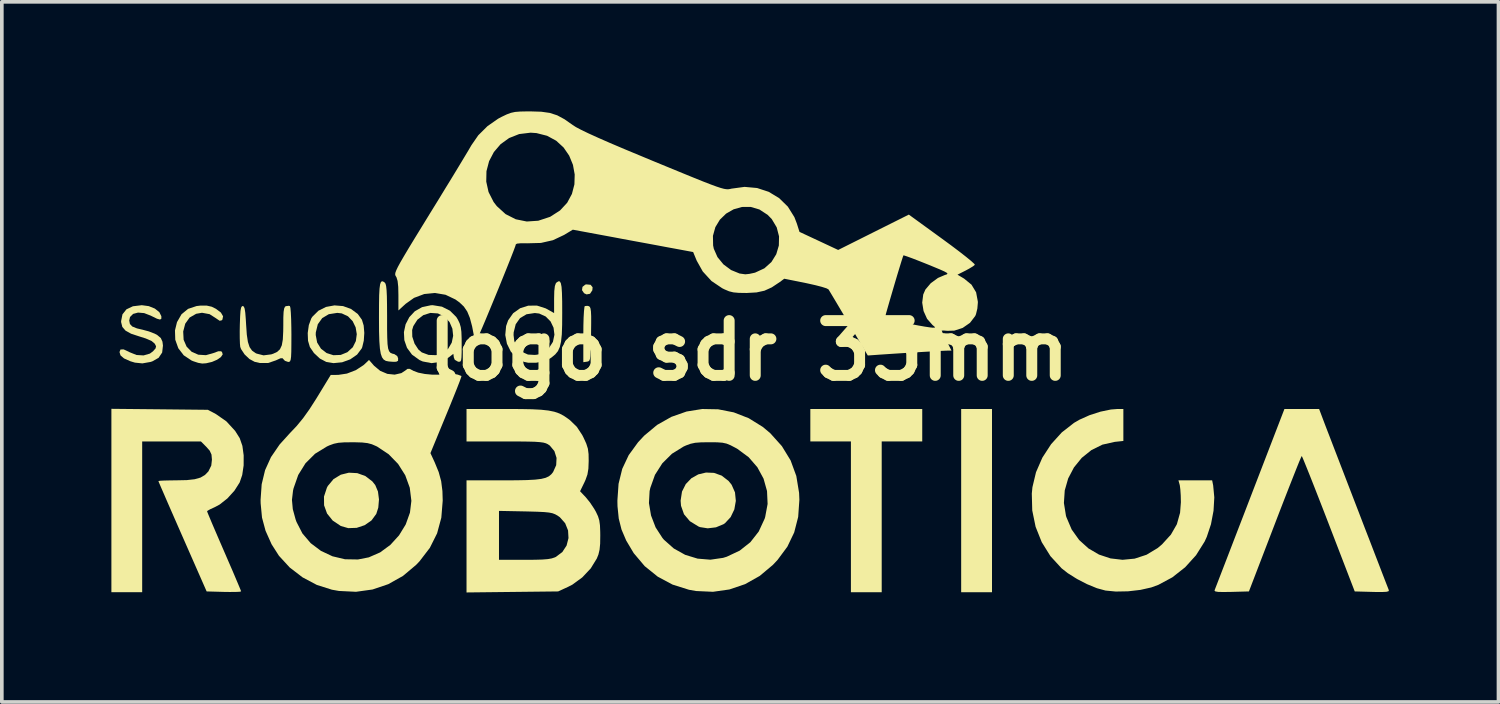
<source format=kicad_pcb>
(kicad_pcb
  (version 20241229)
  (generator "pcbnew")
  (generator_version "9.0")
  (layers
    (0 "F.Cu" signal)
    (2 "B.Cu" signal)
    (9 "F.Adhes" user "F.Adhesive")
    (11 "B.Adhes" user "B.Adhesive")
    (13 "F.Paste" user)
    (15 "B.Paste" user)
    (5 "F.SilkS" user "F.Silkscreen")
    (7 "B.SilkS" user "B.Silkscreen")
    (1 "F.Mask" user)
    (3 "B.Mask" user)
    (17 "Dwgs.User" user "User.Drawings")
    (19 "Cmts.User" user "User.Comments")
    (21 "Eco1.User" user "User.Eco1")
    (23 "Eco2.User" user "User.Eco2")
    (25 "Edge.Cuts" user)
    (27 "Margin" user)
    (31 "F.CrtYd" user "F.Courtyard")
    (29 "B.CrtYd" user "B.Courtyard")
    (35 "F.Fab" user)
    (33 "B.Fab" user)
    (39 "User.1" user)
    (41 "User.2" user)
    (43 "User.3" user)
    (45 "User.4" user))
  (footprint "logo sdr 35mm"
    (layer "F.Cu")
    (at 17.451 6.55)
    (property "Reference" "logo sdr 35mm" (at 0 0 0) (layer "F.SilkS") (effects (font (size 1.5 1.5) (thickness 0.3))))
    (attr board_only exclude_from_pos_files exclude_from_bom)
    (fp_poly (pts (xy 6.661 4.108) (xy 6.661 6.616) (xy 6.239 6.616) (xy 5.817 6.616) (xy 5.817 4.108) (xy 5.817 1.599) (xy 6.239 1.599) (xy 6.661 1.599)) (stroke (width 0) (type solid)) (fill yes) (layer "F.SilkS"))
    (fp_poly (pts (xy -4.33 -1.802) (xy -4.275 -1.735) (xy -4.282 -1.652) (xy -4.346 -1.556) (xy -4.44 -1.539) (xy -4.508 -1.571) (xy -4.565 -1.655) (xy -4.552 -1.745) (xy -4.477 -1.806) (xy -4.446 -1.813)) (stroke (width 0) (type solid)) (fill yes) (layer "F.SilkS"))
    (fp_poly (pts (xy 4.751 2.043) (xy 4.751 2.487) (xy 4.196 2.487) (xy 3.641 2.487) (xy 3.641 4.552) (xy 3.641 6.616) (xy 3.219 6.616) (xy 2.798 6.616) (xy 2.798 4.552) (xy 2.798 2.487) (xy 2.242 2.487) (xy 1.687 2.487) (xy 1.687 2.043) (xy 1.687 1.599) (xy 3.219 1.599) (xy 4.751 1.599)) (stroke (width 0) (type solid)) (fill yes) (layer "F.SilkS"))
    (fp_poly (pts (xy -10.718 3.355) (xy -10.499 3.434) (xy -10.308 3.579) (xy -10.226 3.682) (xy -10.152 3.858) (xy -10.124 4.076) (xy -10.143 4.3) (xy -10.198 4.471) (xy -10.329 4.65) (xy -10.516 4.78) (xy -10.735 4.853) (xy -10.965 4.861) (xy -11.168 4.803) (xy -11.391 4.654) (xy -11.546 4.461) (xy -11.627 4.237) (xy -11.63 3.997) (xy -11.55 3.753) (xy -11.524 3.705) (xy -11.368 3.518) (xy -11.17 3.398) (xy -10.948 3.343)) (stroke (width 0) (type solid)) (fill yes) (layer "F.SilkS"))
    (fp_poly (pts (xy -4.377 -1.216) (xy -4.35 -1.196) (xy -4.332 -1.152) (xy -4.32 -1.071) (xy -4.314 -0.941) (xy -4.314 -0.748) (xy -4.317 -0.48) (xy -4.317 -0.45) (xy -4.322 -0.179) (xy -4.328 0.017) (xy -4.336 0.149) (xy -4.348 0.231) (xy -4.367 0.276) (xy -4.394 0.295) (xy -4.429 0.303) (xy -4.529 0.317) (xy -4.529 -0.438) (xy -4.527 -0.688) (xy -4.521 -0.906) (xy -4.511 -1.078) (xy -4.499 -1.187) (xy -4.489 -1.219) (xy -4.417 -1.226)) (stroke (width 0) (type solid)) (fill yes) (layer "F.SilkS"))
    (fp_poly (pts (xy -0.951 3.348) (xy -0.741 3.423) (xy -0.553 3.568) (xy -0.468 3.674) (xy -0.376 3.882) (xy -0.353 4.115) (xy -0.394 4.348) (xy -0.495 4.559) (xy -0.649 4.725) (xy -0.692 4.754) (xy -0.897 4.839) (xy -1.123 4.866) (xy -1.333 4.833) (xy -1.376 4.816) (xy -1.612 4.671) (xy -1.772 4.481) (xy -1.854 4.249) (xy -1.865 4.108) (xy -1.827 3.86) (xy -1.724 3.655) (xy -1.571 3.496) (xy -1.381 3.389) (xy -1.17 3.339)) (stroke (width 0) (type solid)) (fill yes) (layer "F.SilkS"))
    (fp_poly (pts (xy -9.992 -1.882) (xy -9.967 -1.863) (xy -9.944 -1.83) (xy -9.928 -1.764) (xy -9.916 -1.655) (xy -9.908 -1.492) (xy -9.904 -1.263) (xy -9.902 -0.958) (xy -9.902 -0.91) (xy -9.902 -0.593) (xy -9.898 -0.353) (xy -9.89 -0.18) (xy -9.874 -0.06) (xy -9.848 0.015) (xy -9.811 0.06) (xy -9.759 0.083) (xy -9.703 0.096) (xy -9.624 0.15) (xy -9.6 0.211) (xy -9.602 0.279) (xy -9.651 0.305) (xy -9.733 0.307) (xy -9.852 0.298) (xy -9.936 0.282) (xy -9.937 0.281) (xy -9.996 0.245) (xy -10.041 0.183) (xy -10.075 0.086) (xy -10.099 -0.058) (xy -10.114 -0.259) (xy -10.122 -0.526) (xy -10.124 -0.87) (xy -10.124 -0.928) (xy -10.123 -1.261) (xy -10.119 -1.515) (xy -10.109 -1.697) (xy -10.093 -1.816) (xy -10.069 -1.881) (xy -10.036 -1.9)) (stroke (width 0) (type solid)) (fill yes) (layer "F.SilkS"))
    (fp_poly (pts (xy -14.702 -1.201) (xy -14.588 -1.144) (xy -14.453 -1.042) (xy -14.393 -0.94) (xy -14.412 -0.848) (xy -14.427 -0.831) (xy -14.485 -0.816) (xy -14.57 -0.873) (xy -14.58 -0.881) (xy -14.763 -0.998) (xy -14.97 -1.036) (xy -15.13 -1.008) (xy -15.309 -0.905) (xy -15.429 -0.737) (xy -15.485 -0.523) (xy -15.473 -0.296) (xy -15.391 -0.108) (xy -15.253 0.032) (xy -15.072 0.112) (xy -14.862 0.125) (xy -14.651 0.065) (xy -14.524 0.018) (xy -14.448 0.019) (xy -14.423 0.036) (xy -14.403 0.103) (xy -14.453 0.178) (xy -14.557 0.25) (xy -14.697 0.31) (xy -14.857 0.347) (xy -14.965 0.354) (xy -15.075 0.335) (xy -15.214 0.289) (xy -15.258 0.27) (xy -15.47 0.129) (xy -15.619 -0.065) (xy -15.702 -0.298) (xy -15.71 -0.553) (xy -15.655 -0.779) (xy -15.531 -0.995) (xy -15.353 -1.142) (xy -15.119 -1.22) (xy -15.016 -1.232) (xy -14.839 -1.232)) (stroke (width 0) (type solid)) (fill yes) (layer "F.SilkS"))
    (fp_poly (pts (xy -11.108 -1.219) (xy -10.89 -1.14) (xy -10.705 -1.003) (xy -10.591 -0.844) (xy -10.543 -0.687) (xy -10.526 -0.484) (xy -10.54 -0.273) (xy -10.583 -0.092) (xy -10.598 -0.058) (xy -10.724 0.11) (xy -10.91 0.239) (xy -11.133 0.32) (xy -11.369 0.343) (xy -11.568 0.31) (xy -11.742 0.218) (xy -11.905 0.066) (xy -12.016 -0.097) (xy -12.067 -0.269) (xy -12.073 -0.427) (xy -11.856 -0.427) (xy -11.817 -0.22) (xy -11.712 -0.052) (xy -11.558 0.067) (xy -11.372 0.126) (xy -11.171 0.118) (xy -10.99 0.044) (xy -10.841 -0.092) (xy -10.757 -0.262) (xy -10.732 -0.45) (xy -10.763 -0.637) (xy -10.845 -0.806) (xy -10.973 -0.939) (xy -11.143 -1.019) (xy -11.266 -1.033) (xy -11.498 -0.997) (xy -11.678 -0.89) (xy -11.799 -0.722) (xy -11.854 -0.497) (xy -11.856 -0.427) (xy -12.073 -0.427) (xy -12.075 -0.482) (xy -12.045 -0.698) (xy -11.978 -0.881) (xy -11.951 -0.924) (xy -11.782 -1.092) (xy -11.573 -1.196) (xy -11.343 -1.238)) (stroke (width 0) (type solid)) (fill yes) (layer "F.SilkS"))
    (fp_poly (pts (xy -8.4 -1.203) (xy -8.18 -1.092) (xy -8.008 -0.921) (xy -7.962 -0.845) (xy -7.915 -0.746) (xy -7.885 -0.643) (xy -7.868 -0.516) (xy -7.861 -0.339) (xy -7.86 -0.168) (xy -7.86 0.045) (xy -7.865 0.183) (xy -7.875 0.263) (xy -7.896 0.299) (xy -7.93 0.306) (xy -7.96 0.303) (xy -8.049 0.252) (xy -8.074 0.189) (xy -8.088 0.089) (xy -8.235 0.201) (xy -8.448 0.311) (xy -8.686 0.343) (xy -8.927 0.297) (xy -9.014 0.258) (xy -9.22 0.11) (xy -9.357 -0.076) (xy -9.43 -0.286) (xy -9.441 -0.505) (xy -9.429 -0.563) (xy -9.216 -0.563) (xy -9.212 -0.381) (xy -9.15 -0.191) (xy -9.044 -0.029) (xy -8.952 0.049) (xy -8.765 0.118) (xy -8.559 0.125) (xy -8.394 0.076) (xy -8.231 -0.049) (xy -8.132 -0.217) (xy -8.093 -0.406) (xy -8.114 -0.6) (xy -8.191 -0.779) (xy -8.323 -0.924) (xy -8.508 -1.017) (xy -8.512 -1.018) (xy -8.717 -1.032) (xy -8.91 -0.971) (xy -9.072 -0.846) (xy -9.184 -0.671) (xy -9.216 -0.563) (xy -9.429 -0.563) (xy -9.395 -0.72) (xy -9.294 -0.915) (xy -9.143 -1.077) (xy -8.944 -1.19) (xy -8.702 -1.242) (xy -8.648 -1.243)) (stroke (width 0) (type solid)) (fill yes) (layer "F.SilkS"))
    (fp_poly (pts (xy -16.428 -1.218) (xy -16.262 -1.151) (xy -16.139 -1.054) (xy -16.083 -0.942) (xy -16.083 -0.873) (xy -16.119 -0.85) (xy -16.202 -0.873) (xy -16.347 -0.944) (xy -16.37 -0.956) (xy -16.554 -1.027) (xy -16.722 -1.041) (xy -16.856 -1.005) (xy -16.941 -0.92) (xy -16.963 -0.825) (xy -16.944 -0.729) (xy -16.879 -0.66) (xy -16.751 -0.608) (xy -16.597 -0.572) (xy -16.426 -0.526) (xy -16.268 -0.465) (xy -16.194 -0.425) (xy -16.098 -0.344) (xy -16.053 -0.245) (xy -16.039 -0.138) (xy -16.061 0.053) (xy -16.158 0.197) (xy -16.331 0.295) (xy -16.382 0.311) (xy -16.603 0.35) (xy -16.807 0.329) (xy -16.93 0.292) (xy -17.105 0.214) (xy -17.201 0.131) (xy -17.229 0.039) (xy -17.201 -0.031) (xy -17.115 -0.033) (xy -16.974 0.032) (xy -16.953 0.044) (xy -16.764 0.12) (xy -16.57 0.132) (xy -16.397 0.082) (xy -16.313 0.02) (xy -16.241 -0.061) (xy -16.228 -0.12) (xy -16.265 -0.191) (xy -16.35 -0.263) (xy -16.511 -0.333) (xy -16.679 -0.386) (xy -16.911 -0.462) (xy -17.064 -0.547) (xy -17.152 -0.649) (xy -17.184 -0.778) (xy -17.185 -0.807) (xy -17.148 -0.993) (xy -17.039 -1.13) (xy -16.862 -1.214) (xy -16.62 -1.243) (xy -16.616 -1.243)) (stroke (width 0) (type solid)) (fill yes) (layer "F.SilkS"))
    (fp_poly (pts (xy 15.731 1.898) (xy 15.762 1.98) (xy 15.821 2.135) (xy 15.905 2.352) (xy 16.009 2.623) (xy 16.13 2.937) (xy 16.264 3.285) (xy 16.407 3.657) (xy 16.556 4.044) (xy 16.707 4.435) (xy 16.855 4.821) (xy 16.999 5.192) (xy 17.132 5.538) (xy 17.253 5.851) (xy 17.356 6.119) (xy 17.439 6.334) (xy 17.498 6.485) (xy 17.528 6.562) (xy 17.52 6.588) (xy 17.463 6.604) (xy 17.345 6.61) (xy 17.155 6.609) (xy 17.072 6.607) (xy 16.593 6.594) (xy 15.879 4.74) (xy 15.731 4.357) (xy 15.592 4.001) (xy 15.466 3.679) (xy 15.356 3.401) (xy 15.265 3.175) (xy 15.197 3.008) (xy 15.155 2.91) (xy 15.142 2.886) (xy 15.122 2.926) (xy 15.073 3.041) (xy 15 3.222) (xy 14.905 3.462) (xy 14.791 3.751) (xy 14.662 4.081) (xy 14.521 4.445) (xy 14.408 4.74) (xy 13.696 6.594) (xy 13.215 6.607) (xy 12.997 6.61) (xy 12.855 6.607) (xy 12.778 6.594) (xy 12.754 6.573) (xy 12.756 6.562) (xy 12.775 6.512) (xy 12.824 6.386) (xy 12.899 6.191) (xy 12.997 5.937) (xy 13.116 5.629) (xy 13.252 5.275) (xy 13.403 4.883) (xy 13.566 4.461) (xy 13.723 4.052) (xy 14.668 1.599) (xy 15.143 1.599) (xy 15.618 1.599)) (stroke (width 0) (type solid)) (fill yes) (layer "F.SilkS"))
    (fp_poly (pts (xy -12.563 -1.219) (xy -12.549 -1.168) (xy -12.538 -1.044) (xy -12.529 -0.861) (xy -12.524 -0.635) (xy -12.522 -0.441) (xy -12.523 -0.167) (xy -12.525 0.031) (xy -12.531 0.166) (xy -12.542 0.248) (xy -12.559 0.292) (xy -12.584 0.308) (xy -12.609 0.311) (xy -12.699 0.28) (xy -12.733 0.244) (xy -12.767 0.208) (xy -12.823 0.211) (xy -12.927 0.258) (xy -12.944 0.266) (xy -13.16 0.34) (xy -13.388 0.339) (xy -13.529 0.307) (xy -13.67 0.231) (xy -13.804 0.104) (xy -13.901 -0.043) (xy -13.923 -0.103) (xy -13.931 -0.185) (xy -13.936 -0.334) (xy -13.937 -0.527) (xy -13.934 -0.71) (xy -13.926 -0.936) (xy -13.916 -1.086) (xy -13.9 -1.174) (xy -13.876 -1.214) (xy -13.855 -1.221) (xy -13.824 -1.205) (xy -13.802 -1.148) (xy -13.785 -1.038) (xy -13.771 -0.86) (xy -13.762 -0.71) (xy -13.743 -0.436) (xy -13.713 -0.237) (xy -13.667 -0.096) (xy -13.599 0.000489) (xy -13.504 0.068) (xy -13.474 0.082) (xy -13.284 0.13) (xy -13.074 0.103) (xy -13.02 0.085) (xy -12.912 0.035) (xy -12.835 -0.037) (xy -12.785 -0.145) (xy -12.757 -0.304) (xy -12.746 -0.53) (xy -12.744 -0.682) (xy -12.743 -0.907) (xy -12.736 -1.059) (xy -12.721 -1.151) (xy -12.698 -1.2) (xy -12.674 -1.217) (xy -12.591 -1.227)) (stroke (width 0) (type solid)) (fill yes) (layer "F.SilkS"))
    (fp_poly (pts (xy -5.173 -1.894) (xy -5.145 -1.846) (xy -5.125 -1.744) (xy -5.114 -1.579) (xy -5.108 -1.343) (xy -5.107 -1.036) (xy -5.109 -0.702) (xy -5.118 -0.443) (xy -5.139 -0.246) (xy -5.173 -0.099) (xy -5.224 0.014) (xy -5.297 0.103) (xy -5.394 0.184) (xy -5.436 0.213) (xy -5.61 0.292) (xy -5.825 0.333) (xy -6.039 0.332) (xy -6.15 0.309) (xy -6.356 0.198) (xy -6.515 0.026) (xy -6.621 -0.189) (xy -6.666 -0.427) (xy -6.439 -0.427) (xy -6.419 -0.258) (xy -6.347 -0.121) (xy -6.32 -0.088) (xy -6.186 0.044) (xy -6.045 0.108) (xy -5.865 0.118) (xy -5.819 0.115) (xy -5.67 0.087) (xy -5.555 0.018) (xy -5.475 -0.062) (xy -5.361 -0.24) (xy -5.32 -0.435) (xy -5.344 -0.627) (xy -5.426 -0.799) (xy -5.56 -0.934) (xy -5.737 -1.015) (xy -5.857 -1.029) (xy -6.084 -0.995) (xy -6.261 -0.89) (xy -6.38 -0.723) (xy -6.436 -0.5) (xy -6.439 -0.427) (xy -6.666 -0.427) (xy -6.666 -0.428) (xy -6.643 -0.673) (xy -6.588 -0.828) (xy -6.45 -1.024) (xy -6.259 -1.16) (xy -6.036 -1.231) (xy -5.797 -1.232) (xy -5.561 -1.157) (xy -5.531 -1.141) (xy -5.329 -1.028) (xy -5.329 -1.419) (xy -5.324 -1.63) (xy -5.308 -1.768) (xy -5.28 -1.846) (xy -5.264 -1.863) (xy -5.212 -1.897)) (stroke (width 0) (type solid)) (fill yes) (layer "F.SilkS"))
    (fp_poly (pts (xy -16.13 1.607) (xy -14.809 1.621) (xy -14.587 1.739) (xy -14.303 1.937) (xy -14.063 2.198) (xy -13.937 2.398) (xy -13.864 2.609) (xy -13.829 2.868) (xy -13.83 3.145) (xy -13.869 3.407) (xy -13.939 3.611) (xy -14.084 3.838) (xy -14.275 4.048) (xy -14.487 4.215) (xy -14.63 4.291) (xy -14.746 4.344) (xy -14.819 4.386) (xy -14.831 4.4) (xy -14.814 4.446) (xy -14.766 4.562) (xy -14.692 4.738) (xy -14.596 4.962) (xy -14.483 5.224) (xy -14.365 5.496) (xy -14.241 5.783) (xy -14.128 6.043) (xy -14.034 6.265) (xy -13.961 6.438) (xy -13.914 6.551) (xy -13.899 6.593) (xy -13.94 6.603) (xy -14.052 6.608) (xy -14.216 6.609) (xy -14.371 6.607) (xy -14.843 6.594) (xy -15.503 5.093) (xy -15.653 4.751) (xy -15.791 4.436) (xy -15.913 4.157) (xy -16.015 3.921) (xy -16.094 3.739) (xy -16.145 3.62) (xy -16.164 3.572) (xy -16.164 3.572) (xy -16.122 3.564) (xy -16.01 3.558) (xy -15.845 3.554) (xy -15.674 3.552) (xy -15.387 3.546) (xy -15.171 3.522) (xy -15.011 3.477) (xy -14.89 3.406) (xy -14.795 3.308) (xy -14.716 3.147) (xy -14.698 2.987) (xy -14.71 2.847) (xy -14.759 2.74) (xy -14.849 2.638) (xy -15 2.487) (xy -15.804 2.487) (xy -16.608 2.487) (xy -16.608 4.552) (xy -16.608 6.616) (xy -17.03 6.616) (xy -17.451 6.616) (xy -17.451 4.105) (xy -17.451 1.594)) (stroke (width 0) (type solid)) (fill yes) (layer "F.SilkS"))
    (fp_poly (pts (xy 10.258 2.036) (xy 10.258 2.474) (xy 10.022 2.499) (xy 9.684 2.575) (xy 9.38 2.726) (xy 9.118 2.937) (xy 8.905 3.199) (xy 8.747 3.5) (xy 8.653 3.828) (xy 8.63 4.172) (xy 8.686 4.52) (xy 8.697 4.557) (xy 8.843 4.899) (xy 9.048 5.186) (xy 9.302 5.416) (xy 9.591 5.585) (xy 9.907 5.69) (xy 10.236 5.728) (xy 10.568 5.696) (xy 10.892 5.59) (xy 11.196 5.407) (xy 11.316 5.306) (xy 11.56 5.038) (xy 11.723 4.754) (xy 11.811 4.439) (xy 11.833 4.152) (xy 11.829 3.966) (xy 11.818 3.8) (xy 11.803 3.686) (xy 11.8 3.675) (xy 11.766 3.552) (xy 12.227 3.552) (xy 12.689 3.552) (xy 12.717 3.691) (xy 12.748 4.019) (xy 12.727 4.384) (xy 12.657 4.754) (xy 12.542 5.1) (xy 12.483 5.229) (xy 12.248 5.603) (xy 11.949 5.933) (xy 11.601 6.207) (xy 11.218 6.413) (xy 11.022 6.485) (xy 10.724 6.552) (xy 10.386 6.591) (xy 10.049 6.597) (xy 9.769 6.57) (xy 9.534 6.506) (xy 9.264 6.395) (xy 8.988 6.253) (xy 8.736 6.094) (xy 8.568 5.962) (xy 8.262 5.629) (xy 8.023 5.245) (xy 7.855 4.824) (xy 7.763 4.376) (xy 7.751 3.916) (xy 7.768 3.741) (xy 7.866 3.33) (xy 8.04 2.931) (xy 8.28 2.562) (xy 8.573 2.239) (xy 8.909 1.977) (xy 9.056 1.892) (xy 9.333 1.768) (xy 9.631 1.672) (xy 9.915 1.613) (xy 10.091 1.599) (xy 10.258 1.599)) (stroke (width 0) (type solid)) (fill yes) (layer "F.SilkS"))
    (fp_poly (pts (xy -0.838 1.607) (xy -0.41 1.691) (xy 0.000304 1.851) (xy 0.384 2.089) (xy 0.589 2.261) (xy 0.908 2.616) (xy 1.147 3.007) (xy 1.303 3.433) (xy 1.379 3.895) (xy 1.387 4.085) (xy 1.354 4.554) (xy 1.245 4.979) (xy 1.058 5.369) (xy 0.789 5.732) (xy 0.662 5.867) (xy 0.302 6.169) (xy -0.098 6.394) (xy -0.528 6.54) (xy -0.978 6.604) (xy -1.44 6.583) (xy -1.634 6.549) (xy -2.085 6.407) (xy -2.491 6.19) (xy -2.848 5.902) (xy -3.149 5.546) (xy -3.355 5.2) (xy -3.483 4.9) (xy -3.559 4.599) (xy -3.593 4.263) (xy -3.595 4.175) (xy -2.732 4.175) (xy -2.675 4.514) (xy -2.55 4.84) (xy -2.363 5.129) (xy -2.322 5.178) (xy -2.052 5.418) (xy -1.74 5.592) (xy -1.399 5.696) (xy -1.049 5.725) (xy -0.703 5.675) (xy -0.602 5.644) (xy -0.247 5.477) (xy 0.045 5.246) (xy 0.273 4.955) (xy 0.435 4.605) (xy 0.45 4.558) (xy 0.517 4.199) (xy 0.501 3.845) (xy 0.406 3.506) (xy 0.236 3.193) (xy -0.002 2.919) (xy -0.306 2.694) (xy -0.364 2.661) (xy -0.498 2.591) (xy -0.608 2.546) (xy -0.72 2.522) (xy -0.863 2.511) (xy -1.064 2.509) (xy -1.088 2.509) (xy -1.307 2.512) (xy -1.466 2.524) (xy -1.592 2.551) (xy -1.715 2.596) (xy -1.782 2.626) (xy -2.102 2.824) (xy -2.366 3.086) (xy -2.567 3.401) (xy -2.695 3.76) (xy -2.714 3.847) (xy -2.732 4.175) (xy -3.595 4.175) (xy -3.596 4.106) (xy -3.564 3.647) (xy -3.463 3.237) (xy -3.287 2.863) (xy -3.031 2.511) (xy -2.864 2.331) (xy -2.509 2.035) (xy -2.118 1.814) (xy -1.702 1.668) (xy -1.272 1.599)) (stroke (width 0) (type solid)) (fill yes) (layer "F.SilkS"))
    (fp_poly (pts (xy -6.253 1.6) (xy -5.936 1.606) (xy -5.684 1.619) (xy -5.483 1.641) (xy -5.322 1.674) (xy -5.188 1.72) (xy -5.069 1.782) (xy -4.953 1.861) (xy -4.891 1.908) (xy -4.707 2.087) (xy -4.559 2.312) (xy -4.525 2.378) (xy -4.448 2.546) (xy -4.404 2.685) (xy -4.385 2.834) (xy -4.382 3.022) (xy -4.39 3.232) (xy -4.416 3.391) (xy -4.468 3.538) (xy -4.501 3.611) (xy -4.618 3.851) (xy -4.461 4.017) (xy -4.346 4.159) (xy -4.232 4.33) (xy -4.185 4.412) (xy -4.127 4.535) (xy -4.092 4.649) (xy -4.073 4.784) (xy -4.066 4.967) (xy -4.065 5.062) (xy -4.068 5.287) (xy -4.084 5.451) (xy -4.115 5.582) (xy -4.16 5.694) (xy -4.327 5.965) (xy -4.559 6.211) (xy -4.828 6.408) (xy -4.941 6.466) (xy -5.218 6.594) (xy -6.472 6.608) (xy -7.727 6.622) (xy -7.727 5.087) (xy -7.727 4.389) (xy -6.838 4.389) (xy -6.838 5.058) (xy -6.838 5.728) (xy -6.139 5.728) (xy -5.859 5.727) (xy -5.652 5.721) (xy -5.502 5.709) (xy -5.394 5.69) (xy -5.313 5.663) (xy -5.285 5.651) (xy -5.104 5.516) (xy -4.987 5.337) (xy -4.935 5.133) (xy -4.947 4.924) (xy -5.026 4.727) (xy -5.172 4.562) (xy -5.233 4.519) (xy -5.301 4.481) (xy -5.375 4.453) (xy -5.469 4.434) (xy -5.6 4.421) (xy -5.784 4.412) (xy -6.037 4.405) (xy -6.117 4.403) (xy -6.838 4.389) (xy -7.727 4.389) (xy -7.727 3.552) (xy -6.726 3.552) (xy -6.36 3.551) (xy -6.072 3.545) (xy -5.85 3.533) (xy -5.683 3.513) (xy -5.561 3.483) (xy -5.473 3.442) (xy -5.406 3.387) (xy -5.357 3.326) (xy -5.272 3.137) (xy -5.262 2.938) (xy -5.321 2.752) (xy -5.446 2.601) (xy -5.503 2.562) (xy -5.554 2.538) (xy -5.623 2.519) (xy -5.72 2.506) (xy -5.858 2.496) (xy -6.048 2.491) (xy -6.303 2.488) (xy -6.633 2.487) (xy -6.679 2.487) (xy -7.727 2.487) (xy -7.727 2.043) (xy -7.727 1.599) (xy -6.647 1.599)) (stroke (width 0) (type solid)) (fill yes) (layer "F.SilkS"))
    (fp_poly (pts (xy -10.259 0.414) (xy -10.091 0.554) (xy -9.895 0.637) (xy -9.695 0.658) (xy -9.511 0.616) (xy -9.407 0.548) (xy -9.344 0.501) (xy -9.286 0.499) (xy -9.196 0.545) (xy -9.184 0.553) (xy -9.051 0.603) (xy -8.867 0.64) (xy -8.666 0.659) (xy -8.482 0.658) (xy -8.353 0.634) (xy -8.253 0.621) (xy -8.11 0.631) (xy -7.968 0.657) (xy -7.868 0.694) (xy -7.865 0.696) (xy -7.877 0.738) (xy -7.918 0.852) (xy -7.985 1.025) (xy -8.074 1.247) (xy -8.179 1.507) (xy -8.282 1.757) (xy -8.715 2.807) (xy -8.599 3.058) (xy -8.489 3.326) (xy -8.421 3.576) (xy -8.387 3.845) (xy -8.379 4.108) (xy -8.417 4.575) (xy -8.533 5.004) (xy -8.731 5.4) (xy -9.013 5.768) (xy -9.107 5.867) (xy -9.468 6.17) (xy -9.869 6.395) (xy -10.3 6.541) (xy -10.753 6.604) (xy -11.22 6.581) (xy -11.412 6.547) (xy -11.826 6.416) (xy -12.216 6.209) (xy -12.567 5.94) (xy -12.863 5.618) (xy -13.065 5.302) (xy -13.23 4.933) (xy -13.327 4.572) (xy -13.364 4.183) (xy -13.366 4.087) (xy -12.507 4.087) (xy -12.484 4.341) (xy -12.407 4.623) (xy -12.382 4.692) (xy -12.22 5.007) (xy -11.993 5.273) (xy -11.714 5.483) (xy -11.397 5.632) (xy -11.055 5.713) (xy -10.7 5.719) (xy -10.403 5.661) (xy -10.092 5.525) (xy -9.812 5.319) (xy -9.575 5.059) (xy -9.392 4.76) (xy -9.276 4.436) (xy -9.237 4.114) (xy -9.281 3.755) (xy -9.405 3.413) (xy -9.601 3.103) (xy -9.86 2.837) (xy -10.173 2.629) (xy -10.204 2.614) (xy -10.32 2.564) (xy -10.438 2.533) (xy -10.586 2.516) (xy -10.788 2.51) (xy -10.857 2.51) (xy -11.076 2.512) (xy -11.234 2.524) (xy -11.359 2.55) (xy -11.481 2.594) (xy -11.551 2.626) (xy -11.874 2.824) (xy -12.137 3.086) (xy -12.335 3.405) (xy -12.464 3.774) (xy -12.477 3.832) (xy -12.507 4.087) (xy -13.366 4.087) (xy -13.366 4.087) (xy -13.336 3.66) (xy -13.243 3.274) (xy -13.081 2.916) (xy -12.844 2.57) (xy -12.567 2.264) (xy -12.373 2.059) (xy -12.2 1.848) (xy -12.028 1.607) (xy -11.839 1.312) (xy -11.817 1.276) (xy -11.445 0.666) (xy -11.24 0.665) (xy -11.002 0.629) (xy -10.758 0.535) (xy -10.549 0.399) (xy -10.516 0.37) (xy -10.397 0.256)) (stroke (width 0) (type solid)) (fill yes) (layer "F.SilkS"))
    (fp_poly (pts (xy -5.68 -6.541) (xy -5.446 -6.508) (xy -5.243 -6.442) (xy -5.043 -6.334) (xy -4.82 -6.177) (xy -4.731 -6.12) (xy -4.589 -6.045) (xy -4.39 -5.949) (xy -4.128 -5.83) (xy -3.8 -5.686) (xy -3.4 -5.516) (xy -2.924 -5.318) (xy -2.631 -5.196) (xy -2.179 -5.01) (xy -1.802 -4.855) (xy -1.491 -4.728) (xy -1.24 -4.627) (xy -1.041 -4.55) (xy -0.886 -4.493) (xy -0.768 -4.454) (xy -0.679 -4.43) (xy -0.612 -4.419) (xy -0.56 -4.418) (xy -0.514 -4.425) (xy -0.469 -4.435) (xy -0.114 -4.483) (xy 0.229 -4.452) (xy 0.549 -4.347) (xy 0.833 -4.175) (xy 1.071 -3.942) (xy 1.25 -3.655) (xy 1.317 -3.481) (xy 1.39 -3.251) (xy 1.919 -3.004) (xy 2.449 -2.756) (xy 3.416 -3.24) (xy 4.384 -3.724) (xy 5.301 -3.058) (xy 5.549 -2.876) (xy 5.769 -2.71) (xy 5.952 -2.567) (xy 6.09 -2.454) (xy 6.172 -2.379) (xy 6.192 -2.35) (xy 6.141 -2.308) (xy 6.035 -2.244) (xy 5.941 -2.193) (xy 5.716 -2.079) (xy 5.896 -1.972) (xy 6.1 -1.805) (xy 6.226 -1.596) (xy 6.273 -1.345) (xy 6.274 -1.316) (xy 6.26 -1.151) (xy 6.223 -0.998) (xy 6.202 -0.947) (xy 6.058 -0.76) (xy 5.859 -0.622) (xy 5.629 -0.547) (xy 5.437 -0.542) (xy 5.335 -0.55) (xy 5.285 -0.547) (xy 5.284 -0.545) (xy 5.303 -0.501) (xy 5.351 -0.4) (xy 5.418 -0.265) (xy 5.552 0) (xy 5.451 0) (xy 5.371 0.003) (xy 5.219 0.01) (xy 5.012 0.022) (xy 4.765 0.036) (xy 4.496 0.052) (xy 4.22 0.069) (xy 3.954 0.086) (xy 3.715 0.102) (xy 3.595 0.11) (xy 3.26 0.134) (xy 2.74 -0.744) (xy 2.649 -0.896) (xy 3.73 -0.896) (xy 3.771 -0.878) (xy 3.881 -0.848) (xy 4.042 -0.81) (xy 4.235 -0.768) (xy 4.443 -0.726) (xy 4.648 -0.687) (xy 4.83 -0.655) (xy 4.973 -0.634) (xy 5.04 -0.627) (xy 5.099 -0.629) (xy 5.09 -0.653) (xy 5.033 -0.7) (xy 4.883 -0.871) (xy 4.787 -1.084) (xy 4.75 -1.314) (xy 4.778 -1.536) (xy 4.837 -1.671) (xy 4.985 -1.846) (xy 5.182 -1.99) (xy 5.367 -2.069) (xy 5.42 -2.086) (xy 5.443 -2.104) (xy 5.425 -2.129) (xy 5.358 -2.167) (xy 5.233 -2.223) (xy 5.04 -2.303) (xy 4.884 -2.367) (xy 4.665 -2.454) (xy 4.477 -2.527) (xy 4.334 -2.579) (xy 4.251 -2.606) (xy 4.236 -2.608) (xy 4.219 -2.562) (xy 4.182 -2.447) (xy 4.13 -2.278) (xy 4.067 -2.071) (xy 3.999 -1.842) (xy 3.93 -1.607) (xy 3.864 -1.382) (xy 3.807 -1.183) (xy 3.762 -1.025) (xy 3.736 -0.924) (xy 3.73 -0.896) (xy 2.649 -0.896) (xy 2.589 -0.997) (xy 2.453 -1.227) (xy 2.337 -1.422) (xy 2.249 -1.569) (xy 2.196 -1.657) (xy 2.184 -1.676) (xy 2.129 -1.705) (xy 2.004 -1.745) (xy 1.827 -1.791) (xy 1.613 -1.839) (xy 1.561 -1.85) (xy 0.973 -1.968) (xy 0.851 -1.878) (xy 0.632 -1.732) (xy 0.43 -1.64) (xy 0.213 -1.593) (xy -0.055 -1.578) (xy -0.067 -1.578) (xy -0.271 -1.581) (xy -0.418 -1.594) (xy -0.539 -1.624) (xy -0.666 -1.678) (xy -0.726 -1.708) (xy -1.019 -1.905) (xy -1.258 -2.166) (xy -1.424 -2.462) (xy -1.522 -2.699) (xy -2.038 -2.795) (xy -2.23 -2.83) (xy -2.49 -2.879) (xy -2.797 -2.936) (xy -3.134 -2.998) (xy -3.479 -3.062) (xy -3.685 -3.101) (xy -3.906 -3.142) (xy -0.98 -3.142) (xy -0.975 -2.879) (xy -0.956 -2.788) (xy -0.856 -2.561) (xy -0.692 -2.361) (xy -0.483 -2.206) (xy -0.251 -2.111) (xy -0.094 -2.089) (xy 0.019 -2.101) (xy 0.159 -2.131) (xy 0.181 -2.138) (xy 0.429 -2.253) (xy 0.621 -2.425) (xy 0.754 -2.639) (xy 0.825 -2.878) (xy 0.83 -3.128) (xy 0.766 -3.375) (xy 0.63 -3.602) (xy 0.518 -3.717) (xy 0.293 -3.864) (xy 0.055 -3.934) (xy -0.184 -3.933) (xy -0.413 -3.869) (xy -0.619 -3.751) (xy -0.79 -3.585) (xy -0.914 -3.38) (xy -0.98 -3.142) (xy -3.906 -3.142) (xy -4.817 -3.311) (xy -5.056 -3.167) (xy -5.361 -3.023) (xy -5.691 -2.948) (xy -6.066 -2.938) (xy -6.237 -2.94) (xy -6.345 -2.929) (xy -6.377 -2.909) (xy -6.392 -2.858) (xy -6.437 -2.736) (xy -6.509 -2.551) (xy -6.603 -2.315) (xy -6.715 -2.037) (xy -6.841 -1.726) (xy -6.927 -1.517) (xy -7.079 -1.149) (xy -7.2 -0.857) (xy -7.295 -0.633) (xy -7.366 -0.469) (xy -7.419 -0.36) (xy -7.456 -0.297) (xy -7.48 -0.273) (xy -7.496 -0.283) (xy -7.507 -0.317) (xy -7.516 -0.362) (xy -7.574 -0.664) (xy -7.635 -0.894) (xy -7.707 -1.069) (xy -7.8 -1.206) (xy -7.92 -1.32) (xy -8.031 -1.4) (xy -8.302 -1.529) (xy -8.592 -1.578) (xy -8.885 -1.549) (xy -9.164 -1.444) (xy -9.395 -1.28) (xy -9.592 -1.099) (xy -9.592 -1.516) (xy -9.597 -1.747) (xy -9.614 -1.906) (xy -9.645 -2.007) (xy -9.66 -2.032) (xy -9.675 -2.058) (xy -9.681 -2.091) (xy -9.674 -2.136) (xy -9.65 -2.201) (xy -9.606 -2.293) (xy -9.537 -2.42) (xy -9.44 -2.587) (xy -9.312 -2.802) (xy -9.148 -3.072) (xy -8.944 -3.404) (xy -8.717 -3.774) (xy -8.499 -4.127) (xy -8.293 -4.465) (xy -8.193 -4.627) (xy -7.187 -4.627) (xy -7.124 -4.342) (xy -6.985 -4.069) (xy -6.898 -3.956) (xy -6.657 -3.737) (xy -6.379 -3.596) (xy -6.078 -3.535) (xy -5.763 -3.556) (xy -5.445 -3.661) (xy -5.43 -3.668) (xy -5.167 -3.837) (xy -4.971 -4.048) (xy -4.841 -4.29) (xy -4.773 -4.552) (xy -4.765 -4.822) (xy -4.813 -5.087) (xy -4.916 -5.338) (xy -5.07 -5.562) (xy -5.272 -5.747) (xy -5.521 -5.882) (xy -5.812 -5.956) (xy -5.973 -5.967) (xy -6.286 -5.929) (xy -6.561 -5.82) (xy -6.794 -5.652) (xy -6.978 -5.437) (xy -7.109 -5.187) (xy -7.181 -4.913) (xy -7.187 -4.627) (xy -8.193 -4.627) (xy -8.102 -4.776) (xy -7.934 -5.053) (xy -7.793 -5.287) (xy -7.684 -5.468) (xy -7.614 -5.588) (xy -7.593 -5.624) (xy -7.405 -5.896) (xy -7.153 -6.146) (xy -6.861 -6.35) (xy -6.763 -6.402) (xy -6.625 -6.468) (xy -6.512 -6.51) (xy -6.397 -6.535) (xy -6.256 -6.546) (xy -6.061 -6.55) (xy -5.973 -6.55)) (stroke (width 0) (type solid)) (fill yes) (layer "F.SilkS")))
  (gr_rect
    (start -3 -3)
    (end 37.98 16.171)
    (stroke (width 0.1) (type default))
    (fill no)
    (layer "Edge.Cuts")))
</source>
